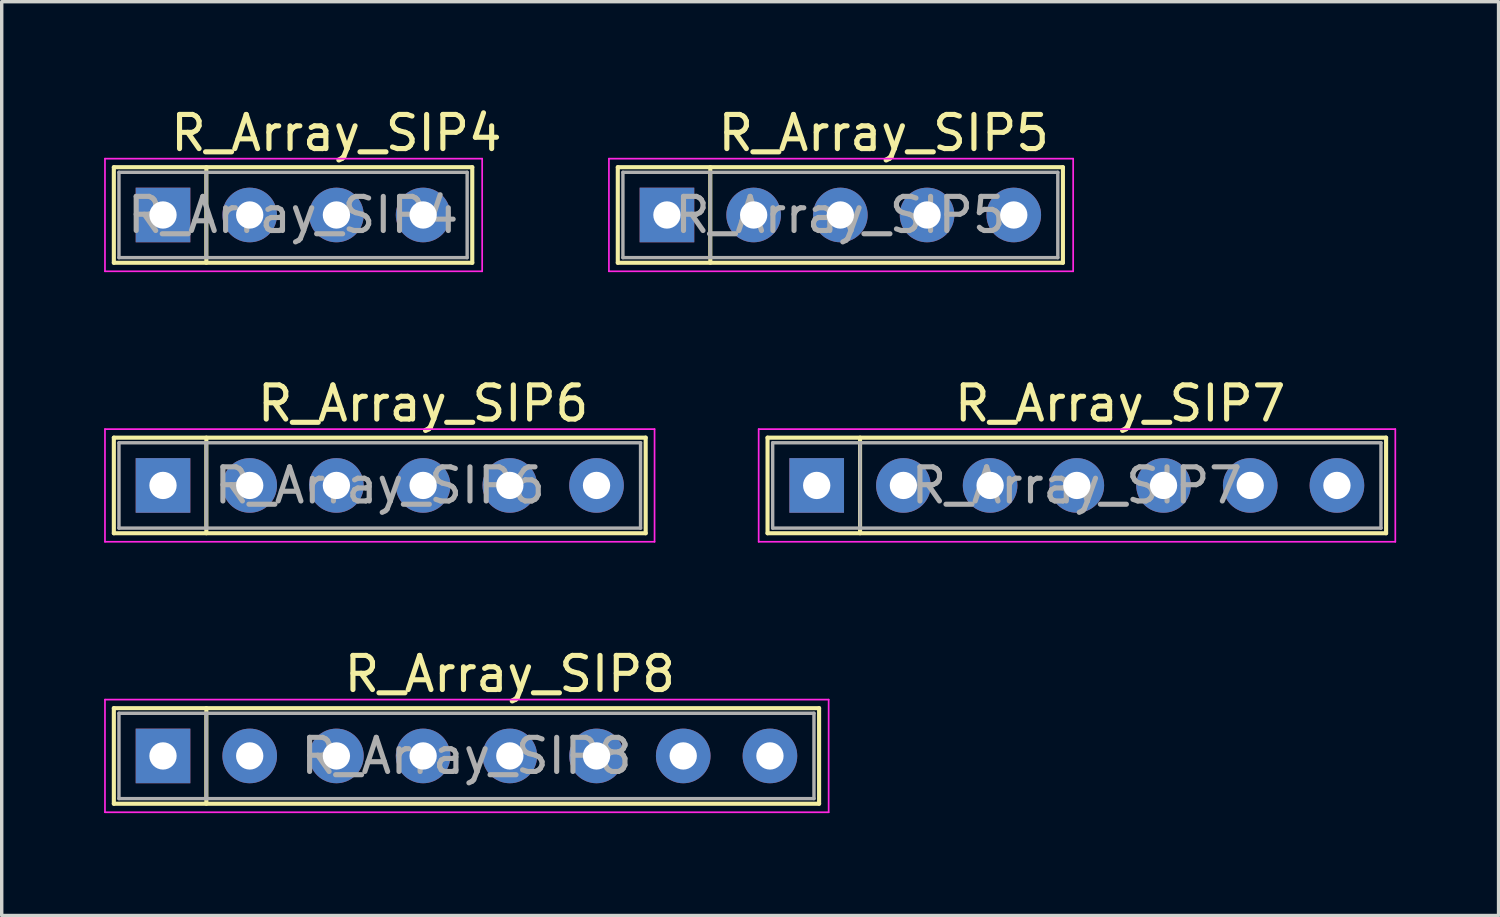
<source format=kicad_pcb>
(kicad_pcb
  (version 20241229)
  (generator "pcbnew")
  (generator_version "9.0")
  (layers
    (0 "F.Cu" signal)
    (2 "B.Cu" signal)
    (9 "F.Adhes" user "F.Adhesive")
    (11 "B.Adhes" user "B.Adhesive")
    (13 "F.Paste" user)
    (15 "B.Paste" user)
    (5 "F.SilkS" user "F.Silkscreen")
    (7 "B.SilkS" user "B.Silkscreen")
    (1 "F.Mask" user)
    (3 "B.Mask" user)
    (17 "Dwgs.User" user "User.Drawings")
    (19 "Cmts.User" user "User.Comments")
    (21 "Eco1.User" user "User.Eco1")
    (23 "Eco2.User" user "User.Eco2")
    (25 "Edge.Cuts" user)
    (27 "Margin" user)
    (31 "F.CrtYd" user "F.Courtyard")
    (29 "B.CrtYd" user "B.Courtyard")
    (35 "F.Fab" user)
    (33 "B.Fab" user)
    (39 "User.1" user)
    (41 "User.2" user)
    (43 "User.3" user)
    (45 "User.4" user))
  (footprint "R_Array_SIP6"
    (layer "F.Cu")
    (at 1.725 11.171)
    (property "Reference" "R_Array_SIP6" (at 7.62 -2.4 0) (layer "F.SilkS") (effects (font (size 1 1) (thickness 0.15))))
    (attr through_hole)
    (fp_line (start -1.44 -1.4) (end -1.44 1.4) (stroke (width 0.12) (type solid)) (layer "F.SilkS"))
    (fp_line (start -1.44 1.4) (end 14.14 1.4) (stroke (width 0.12) (type solid)) (layer "F.SilkS"))
    (fp_line (start 1.27 -1.4) (end 1.27 1.4) (stroke (width 0.12) (type solid)) (layer "F.SilkS"))
    (fp_line (start 14.14 -1.4) (end -1.44 -1.4) (stroke (width 0.12) (type solid)) (layer "F.SilkS"))
    (fp_line (start 14.14 1.4) (end 14.14 -1.4) (stroke (width 0.12) (type solid)) (layer "F.SilkS"))
    (fp_line (start -1.7 -1.65) (end -1.7 1.65) (stroke (width 0.05) (type solid)) (layer "F.CrtYd"))
    (fp_line (start -1.7 1.65) (end 14.4 1.65) (stroke (width 0.05) (type solid)) (layer "F.CrtYd"))
    (fp_line (start 14.4 -1.65) (end -1.7 -1.65) (stroke (width 0.05) (type solid)) (layer "F.CrtYd"))
    (fp_line (start 14.4 1.65) (end 14.4 -1.65) (stroke (width 0.05) (type solid)) (layer "F.CrtYd"))
    (fp_line (start -1.29 -1.25) (end -1.29 1.25) (stroke (width 0.1) (type solid)) (layer "F.Fab"))
    (fp_line (start -1.29 1.25) (end 13.99 1.25) (stroke (width 0.1) (type solid)) (layer "F.Fab"))
    (fp_line (start 1.27 -1.25) (end 1.27 1.25) (stroke (width 0.1) (type solid)) (layer "F.Fab"))
    (fp_line (start 13.99 -1.25) (end -1.29 -1.25) (stroke (width 0.1) (type solid)) (layer "F.Fab"))
    (fp_line (start 13.99 1.25) (end 13.99 -1.25) (stroke (width 0.1) (type solid)) (layer "F.Fab"))
    (fp_text user "${REFERENCE}" (at 6.35 0 0) (layer "F.Fab") (effects (font (size 1 1) (thickness 0.15))))
    (pad "1" thru_hole rect (at 0 0) (size 1.6 1.6) (drill 0.8) (layers "*.Cu" "*.Mask"))
    (pad "2" thru_hole oval (at 2.54 0) (size 1.6 1.6) (drill 0.8) (layers "*.Cu" "*.Mask"))
    (pad "3" thru_hole oval (at 5.08 0) (size 1.6 1.6) (drill 0.8) (layers "*.Cu" "*.Mask"))
    (pad "4" thru_hole oval (at 7.62 0) (size 1.6 1.6) (drill 0.8) (layers "*.Cu" "*.Mask"))
    (pad "5" thru_hole oval (at 10.16 0) (size 1.6 1.6) (drill 0.8) (layers "*.Cu" "*.Mask"))
    (pad "6" thru_hole oval (at 12.7 0) (size 1.6 1.6) (drill 0.8) (layers "*.Cu" "*.Mask")))
  (footprint "R_Array_SIP7"
    (layer "F.Cu")
    (at 20.875 11.171)
    (property "Reference" "R_Array_SIP7" (at 8.89 -2.4 0) (layer "F.SilkS") (effects (font (size 1 1) (thickness 0.15))))
    (attr through_hole)
    (fp_line (start -1.44 -1.4) (end -1.44 1.4) (stroke (width 0.12) (type solid)) (layer "F.SilkS"))
    (fp_line (start -1.44 1.4) (end 16.68 1.4) (stroke (width 0.12) (type solid)) (layer "F.SilkS"))
    (fp_line (start 1.27 -1.4) (end 1.27 1.4) (stroke (width 0.12) (type solid)) (layer "F.SilkS"))
    (fp_line (start 16.68 -1.4) (end -1.44 -1.4) (stroke (width 0.12) (type solid)) (layer "F.SilkS"))
    (fp_line (start 16.68 1.4) (end 16.68 -1.4) (stroke (width 0.12) (type solid)) (layer "F.SilkS"))
    (fp_line (start -1.7 -1.65) (end -1.7 1.65) (stroke (width 0.05) (type solid)) (layer "F.CrtYd"))
    (fp_line (start -1.7 1.65) (end 16.95 1.65) (stroke (width 0.05) (type solid)) (layer "F.CrtYd"))
    (fp_line (start 16.95 -1.65) (end -1.7 -1.65) (stroke (width 0.05) (type solid)) (layer "F.CrtYd"))
    (fp_line (start 16.95 1.65) (end 16.95 -1.65) (stroke (width 0.05) (type solid)) (layer "F.CrtYd"))
    (fp_line (start -1.29 -1.25) (end -1.29 1.25) (stroke (width 0.1) (type solid)) (layer "F.Fab"))
    (fp_line (start -1.29 1.25) (end 16.53 1.25) (stroke (width 0.1) (type solid)) (layer "F.Fab"))
    (fp_line (start 1.27 -1.25) (end 1.27 1.25) (stroke (width 0.1) (type solid)) (layer "F.Fab"))
    (fp_line (start 16.53 -1.25) (end -1.29 -1.25) (stroke (width 0.1) (type solid)) (layer "F.Fab"))
    (fp_line (start 16.53 1.25) (end 16.53 -1.25) (stroke (width 0.1) (type solid)) (layer "F.Fab"))
    (fp_text user "${REFERENCE}" (at 7.62 0 0) (layer "F.Fab") (effects (font (size 1 1) (thickness 0.15))))
    (pad "1" thru_hole rect (at 0 0) (size 1.6 1.6) (drill 0.8) (layers "*.Cu" "*.Mask"))
    (pad "2" thru_hole oval (at 2.54 0) (size 1.6 1.6) (drill 0.8) (layers "*.Cu" "*.Mask"))
    (pad "3" thru_hole oval (at 5.08 0) (size 1.6 1.6) (drill 0.8) (layers "*.Cu" "*.Mask"))
    (pad "4" thru_hole oval (at 7.62 0) (size 1.6 1.6) (drill 0.8) (layers "*.Cu" "*.Mask"))
    (pad "5" thru_hole oval (at 10.16 0) (size 1.6 1.6) (drill 0.8) (layers "*.Cu" "*.Mask"))
    (pad "6" thru_hole oval (at 12.7 0) (size 1.6 1.6) (drill 0.8) (layers "*.Cu" "*.Mask"))
    (pad "7" thru_hole oval (at 15.24 0) (size 1.6 1.6) (drill 0.8) (layers "*.Cu" "*.Mask")))
  (footprint "R_Array_SIP4"
    (layer "F.Cu")
    (at 1.725 3.248)
    (property "Reference" "R_Array_SIP4" (at 5.08 -2.4 0) (layer "F.SilkS") (effects (font (size 1 1) (thickness 0.15))))
    (attr through_hole)
    (fp_line (start -1.44 -1.4) (end -1.44 1.4) (stroke (width 0.12) (type solid)) (layer "F.SilkS"))
    (fp_line (start -1.44 1.4) (end 9.06 1.4) (stroke (width 0.12) (type solid)) (layer "F.SilkS"))
    (fp_line (start 1.27 -1.4) (end 1.27 1.4) (stroke (width 0.12) (type solid)) (layer "F.SilkS"))
    (fp_line (start 9.06 -1.4) (end -1.44 -1.4) (stroke (width 0.12) (type solid)) (layer "F.SilkS"))
    (fp_line (start 9.06 1.4) (end 9.06 -1.4) (stroke (width 0.12) (type solid)) (layer "F.SilkS"))
    (fp_line (start -1.7 -1.65) (end -1.7 1.65) (stroke (width 0.05) (type solid)) (layer "F.CrtYd"))
    (fp_line (start -1.7 1.65) (end 9.35 1.65) (stroke (width 0.05) (type solid)) (layer "F.CrtYd"))
    (fp_line (start 9.35 -1.65) (end -1.7 -1.65) (stroke (width 0.05) (type solid)) (layer "F.CrtYd"))
    (fp_line (start 9.35 1.65) (end 9.35 -1.65) (stroke (width 0.05) (type solid)) (layer "F.CrtYd"))
    (fp_line (start -1.29 -1.25) (end -1.29 1.25) (stroke (width 0.1) (type solid)) (layer "F.Fab"))
    (fp_line (start -1.29 1.25) (end 8.91 1.25) (stroke (width 0.1) (type solid)) (layer "F.Fab"))
    (fp_line (start 1.27 -1.25) (end 1.27 1.25) (stroke (width 0.1) (type solid)) (layer "F.Fab"))
    (fp_line (start 8.91 -1.25) (end -1.29 -1.25) (stroke (width 0.1) (type solid)) (layer "F.Fab"))
    (fp_line (start 8.91 1.25) (end 8.91 -1.25) (stroke (width 0.1) (type solid)) (layer "F.Fab"))
    (fp_text user "${REFERENCE}" (at 3.81 0 0) (layer "F.Fab") (effects (font (size 1 1) (thickness 0.15))))
    (pad "1" thru_hole rect (at 0 0) (size 1.6 1.6) (drill 0.8) (layers "*.Cu" "*.Mask"))
    (pad "2" thru_hole oval (at 2.54 0) (size 1.6 1.6) (drill 0.8) (layers "*.Cu" "*.Mask"))
    (pad "3" thru_hole oval (at 5.08 0) (size 1.6 1.6) (drill 0.8) (layers "*.Cu" "*.Mask"))
    (pad "4" thru_hole oval (at 7.62 0) (size 1.6 1.6) (drill 0.8) (layers "*.Cu" "*.Mask")))
  (footprint "R_Array_SIP8"
    (layer "F.Cu")
    (at 1.725 19.095)
    (property "Reference" "R_Array_SIP8" (at 10.16 -2.4 0) (layer "F.SilkS") (effects (font (size 1 1) (thickness 0.15))))
    (attr through_hole)
    (fp_line (start -1.44 -1.4) (end -1.44 1.4) (stroke (width 0.12) (type solid)) (layer "F.SilkS"))
    (fp_line (start -1.44 1.4) (end 19.22 1.4) (stroke (width 0.12) (type solid)) (layer "F.SilkS"))
    (fp_line (start 1.27 -1.4) (end 1.27 1.4) (stroke (width 0.12) (type solid)) (layer "F.SilkS"))
    (fp_line (start 19.22 -1.4) (end -1.44 -1.4) (stroke (width 0.12) (type solid)) (layer "F.SilkS"))
    (fp_line (start 19.22 1.4) (end 19.22 -1.4) (stroke (width 0.12) (type solid)) (layer "F.SilkS"))
    (fp_line (start -1.7 -1.65) (end -1.7 1.65) (stroke (width 0.05) (type solid)) (layer "F.CrtYd"))
    (fp_line (start -1.7 1.65) (end 19.5 1.65) (stroke (width 0.05) (type solid)) (layer "F.CrtYd"))
    (fp_line (start 19.5 -1.65) (end -1.7 -1.65) (stroke (width 0.05) (type solid)) (layer "F.CrtYd"))
    (fp_line (start 19.5 1.65) (end 19.5 -1.65) (stroke (width 0.05) (type solid)) (layer "F.CrtYd"))
    (fp_line (start -1.29 -1.25) (end -1.29 1.25) (stroke (width 0.1) (type solid)) (layer "F.Fab"))
    (fp_line (start -1.29 1.25) (end 19.07 1.25) (stroke (width 0.1) (type solid)) (layer "F.Fab"))
    (fp_line (start 1.27 -1.25) (end 1.27 1.25) (stroke (width 0.1) (type solid)) (layer "F.Fab"))
    (fp_line (start 19.07 -1.25) (end -1.29 -1.25) (stroke (width 0.1) (type solid)) (layer "F.Fab"))
    (fp_line (start 19.07 1.25) (end 19.07 -1.25) (stroke (width 0.1) (type solid)) (layer "F.Fab"))
    (fp_text user "${REFERENCE}" (at 8.89 0 0) (layer "F.Fab") (effects (font (size 1 1) (thickness 0.15))))
    (pad "1" thru_hole rect (at 0 0) (size 1.6 1.6) (drill 0.8) (layers "*.Cu" "*.Mask"))
    (pad "2" thru_hole oval (at 2.54 0) (size 1.6 1.6) (drill 0.8) (layers "*.Cu" "*.Mask"))
    (pad "3" thru_hole oval (at 5.08 0) (size 1.6 1.6) (drill 0.8) (layers "*.Cu" "*.Mask"))
    (pad "4" thru_hole oval (at 7.62 0) (size 1.6 1.6) (drill 0.8) (layers "*.Cu" "*.Mask"))
    (pad "5" thru_hole oval (at 10.16 0) (size 1.6 1.6) (drill 0.8) (layers "*.Cu" "*.Mask"))
    (pad "6" thru_hole oval (at 12.7 0) (size 1.6 1.6) (drill 0.8) (layers "*.Cu" "*.Mask"))
    (pad "7" thru_hole oval (at 15.24 0) (size 1.6 1.6) (drill 0.8) (layers "*.Cu" "*.Mask"))
    (pad "8" thru_hole oval (at 17.78 0) (size 1.6 1.6) (drill 0.8) (layers "*.Cu" "*.Mask")))
  (footprint "R_Array_SIP5"
    (layer "F.Cu")
    (at 16.488 3.248)
    (property "Reference" "R_Array_SIP5" (at 6.35 -2.4 0) (layer "F.SilkS") (effects (font (size 1 1) (thickness 0.15))))
    (attr through_hole)
    (fp_line (start -1.44 -1.4) (end -1.44 1.4) (stroke (width 0.12) (type solid)) (layer "F.SilkS"))
    (fp_line (start -1.44 1.4) (end 11.6 1.4) (stroke (width 0.12) (type solid)) (layer "F.SilkS"))
    (fp_line (start 1.27 -1.4) (end 1.27 1.4) (stroke (width 0.12) (type solid)) (layer "F.SilkS"))
    (fp_line (start 11.6 -1.4) (end -1.44 -1.4) (stroke (width 0.12) (type solid)) (layer "F.SilkS"))
    (fp_line (start 11.6 1.4) (end 11.6 -1.4) (stroke (width 0.12) (type solid)) (layer "F.SilkS"))
    (fp_line (start -1.7 -1.65) (end -1.7 1.65) (stroke (width 0.05) (type solid)) (layer "F.CrtYd"))
    (fp_line (start -1.7 1.65) (end 11.9 1.65) (stroke (width 0.05) (type solid)) (layer "F.CrtYd"))
    (fp_line (start 11.9 -1.65) (end -1.7 -1.65) (stroke (width 0.05) (type solid)) (layer "F.CrtYd"))
    (fp_line (start 11.9 1.65) (end 11.9 -1.65) (stroke (width 0.05) (type solid)) (layer "F.CrtYd"))
    (fp_line (start -1.29 -1.25) (end -1.29 1.25) (stroke (width 0.1) (type solid)) (layer "F.Fab"))
    (fp_line (start -1.29 1.25) (end 11.45 1.25) (stroke (width 0.1) (type solid)) (layer "F.Fab"))
    (fp_line (start 1.27 -1.25) (end 1.27 1.25) (stroke (width 0.1) (type solid)) (layer "F.Fab"))
    (fp_line (start 11.45 -1.25) (end -1.29 -1.25) (stroke (width 0.1) (type solid)) (layer "F.Fab"))
    (fp_line (start 11.45 1.25) (end 11.45 -1.25) (stroke (width 0.1) (type solid)) (layer "F.Fab"))
    (fp_text user "${REFERENCE}" (at 5.08 0 0) (layer "F.Fab") (effects (font (size 1 1) (thickness 0.15))))
    (pad "1" thru_hole rect (at 0 0) (size 1.6 1.6) (drill 0.8) (layers "*.Cu" "*.Mask"))
    (pad "2" thru_hole oval (at 2.54 0) (size 1.6 1.6) (drill 0.8) (layers "*.Cu" "*.Mask"))
    (pad "3" thru_hole oval (at 5.08 0) (size 1.6 1.6) (drill 0.8) (layers "*.Cu" "*.Mask"))
    (pad "4" thru_hole oval (at 7.62 0) (size 1.6 1.6) (drill 0.8) (layers "*.Cu" "*.Mask"))
    (pad "5" thru_hole oval (at 10.16 0) (size 1.6 1.6) (drill 0.8) (layers "*.Cu" "*.Mask")))
  (gr_rect
    (start -3 -3)
    (end 40.85 23.77)
    (stroke (width 0.1) (type default))
    (fill no)
    (layer "Edge.Cuts")))
</source>
